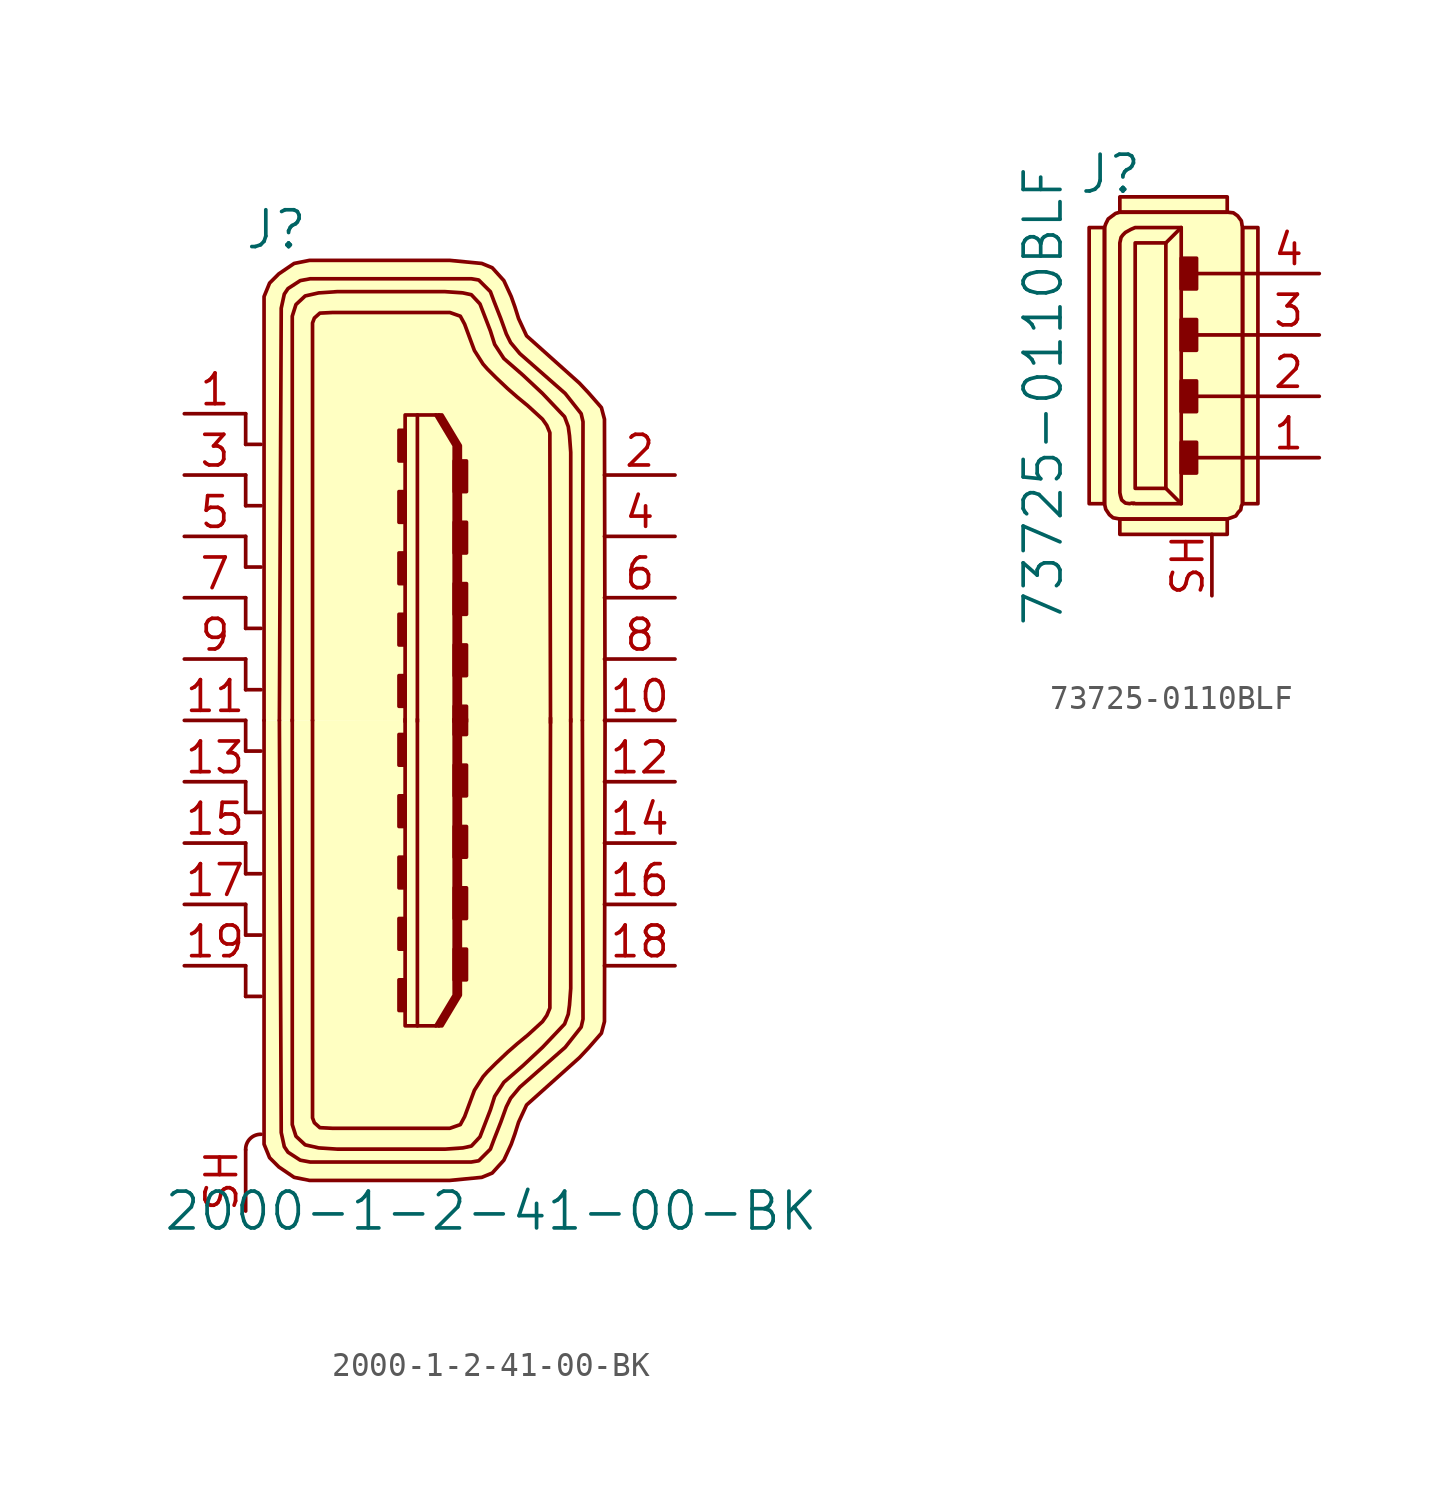
<source format=kicad_sym>
(kicad_symbol_lib
  (version 20220914)
  (generator kicad_symbol_editor)
  (symbol "2000-1-2-41-00-BK"
    (pin_names
      (offset 1.016))
    (property "Reference" "J"
      (at -6.35 20.32 0)
      (effects (font (size 1.524 1.524))))
    (property "Value" "2000-1-2-41-00-BK"
      (at 2.54 -20.32 0)
      (effects (font (size 1.524 1.524))))
    (symbol "2000-1-2-41-00-BK_0_1"
      (arc (start -6.985 -17.145) (mid -7.4425 -17.3292) (end -7.62 -17.78) (stroke (width 0) (type solid)) (fill (type none)))
      (rectangle (start -1.27 -12.014) (end -1.016 -10.744) (stroke (width 0) (type solid)) (fill (type outline)))
      (rectangle (start -1.27 -9.474) (end -1.016 -8.204) (stroke (width 0) (type solid)) (fill (type outline)))
      (rectangle (start -1.27 -6.934) (end -1.016 -5.664) (stroke (width 0) (type solid)) (fill (type outline)))
      (rectangle (start -1.27 -4.394) (end -1.016 -3.124) (stroke (width 0) (type solid)) (fill (type outline)))
      (rectangle (start -1.27 -1.854) (end -1.016 -0.584) (stroke (width 0) (type solid)) (fill (type outline)))
      (rectangle (start -1.27 1.854) (end -1.016 0.584) (stroke (width 0) (type solid)) (fill (type outline)))
      (rectangle (start -1.27 4.394) (end -1.016 3.124) (stroke (width 0) (type solid)) (fill (type outline)))
      (rectangle (start -1.27 6.934) (end -1.016 5.664) (stroke (width 0) (type solid)) (fill (type outline)))
      (rectangle (start -1.27 9.474) (end -1.016 8.204) (stroke (width 0) (type solid)) (fill (type outline)))
      (rectangle (start -1.27 12.014) (end -1.016 10.744) (stroke (width 0) (type solid)) (fill (type outline)))
      (polyline (pts (xy -7.62 -10.16) (xy -7.62 -11.43)) (stroke (width 0) (type solid)) (fill (type none)))
      (polyline (pts (xy -7.62 -7.62) (xy -7.62 -8.89)) (stroke (width 0) (type solid)) (fill (type none)))
      (polyline (pts (xy -7.62 -5.08) (xy -7.62 -6.35)) (stroke (width 0) (type solid)) (fill (type none)))
      (polyline (pts (xy -7.62 -2.54) (xy -7.62 -3.81)) (stroke (width 0) (type solid)) (fill (type none)))
      (polyline (pts (xy -7.62 0) (xy -7.62 -1.27)) (stroke (width 0) (type solid)) (fill (type none)))
      (polyline (pts (xy -7.62 2.54) (xy -7.62 1.27)) (stroke (width 0) (type solid)) (fill (type none)))
      (polyline (pts (xy -7.62 5.08) (xy -7.62 3.81)) (stroke (width 0) (type solid)) (fill (type none)))
      (polyline (pts (xy -7.62 7.62) (xy -7.62 6.35)) (stroke (width 0) (type solid)) (fill (type none)))
      (polyline (pts (xy -7.62 10.16) (xy -7.62 8.89)) (stroke (width 0) (type solid)) (fill (type none)))
      (polyline (pts (xy -7.62 12.7) (xy -7.62 11.43)) (stroke (width 0) (type solid)) (fill (type none)))
      (polyline (pts (xy -6.985 -11.43) (xy -7.62 -11.43)) (stroke (width 0) (type solid)) (fill (type none)))
      (polyline (pts (xy -6.985 -8.89) (xy -7.62 -8.89)) (stroke (width 0) (type solid)) (fill (type none)))
      (polyline (pts (xy -6.985 -6.35) (xy -7.62 -6.35)) (stroke (width 0) (type solid)) (fill (type none)))
      (polyline (pts (xy -6.985 -3.81) (xy -7.62 -3.81)) (stroke (width 0) (type solid)) (fill (type none)))
      (polyline (pts (xy -6.985 -1.27) (xy -7.62 -1.27)) (stroke (width 0) (type solid)) (fill (type none)))
      (polyline (pts (xy -6.985 1.27) (xy -7.62 1.27)) (stroke (width 0) (type solid)) (fill (type none)))
      (polyline (pts (xy -6.985 3.81) (xy -7.62 3.81)) (stroke (width 0) (type solid)) (fill (type none)))
      (polyline (pts (xy -6.985 6.35) (xy -7.62 6.35)) (stroke (width 0) (type solid)) (fill (type none)))
      (polyline (pts (xy -6.985 8.89) (xy -7.62 8.89)) (stroke (width 0) (type solid)) (fill (type none)))
      (polyline (pts (xy -6.985 11.43) (xy -7.62 11.43)) (stroke (width 0) (type solid)) (fill (type none)))
      (polyline (pts (xy -0.508 -0.051) (xy -0.508 12.649)) (stroke (width 0) (type solid)) (fill (type none)))
      (polyline (pts (xy -0.508 0.051) (xy -0.508 -12.649)) (stroke (width 0) (type solid)) (fill (type none)))
      (polyline (pts (xy 0.381 -12.649) (xy 1.143 -11.379)) (stroke (width 0) (type solid)) (fill (type none)))
      (polyline (pts (xy 0.381 12.649) (xy 1.143 11.379)) (stroke (width 0) (type solid)) (fill (type none)))
      (polyline (pts (xy 1.143 -11.379) (xy 1.143 0.051)) (stroke (width 0) (type solid)) (fill (type none)))
      (polyline (pts (xy 1.143 11.379) (xy 1.143 -0.051)) (stroke (width 0) (type solid)) (fill (type none)))
      (polyline (pts (xy 0.254 -12.649) (xy 1.016 -11.379) (xy 1.016 0.051)) (stroke (width 0) (type solid)) (fill (type none)))
      (polyline (pts (xy 0.254 12.649) (xy 1.016 11.379) (xy 1.016 -0.051)) (stroke (width 0) (type solid)) (fill (type none)))
      (polyline (pts (xy -1.016 -0.051) (xy -1.016 12.649) (xy 0.508 12.649) (xy 1.27 11.379) (xy 1.27 -0.051)) (stroke (width 0) (type solid)) (fill (type none)))
      (polyline (pts (xy -1.016 0.051) (xy -1.016 -12.649) (xy 0.508 -12.649) (xy 1.27 -11.379) (xy 1.27 0.051)) (stroke (width 0) (type solid)) (fill (type none)))
      (polyline (pts (xy -6.223 0) (xy -6.147 -17.069) (xy -6.02 -17.653) (xy -5.867 -17.882) (xy -5.359 -18.212) (xy -4.953 -18.288) (xy -3.607 -18.288) (xy 1.727 -18.288) (xy 2.032 -18.237) (xy 2.21 -18.059) (xy 2.515 -17.755) (xy 2.667 -17.348) (xy 2.946 -16.637) (xy 3.175 -16.002) (xy 3.353 -15.646) (xy 3.734 -15.189) (xy 5.613 -13.538) (xy 6.274 -12.7) (xy 6.35 -12.37) (xy 6.325 0)) (stroke (width 0) (type solid)) (fill (type none)))
      (polyline (pts (xy -6.223 0) (xy -6.147 17.069) (xy -6.02 17.653) (xy -5.867 17.882) (xy -5.359 18.212) (xy -4.953 18.288) (xy -3.607 18.288) (xy 1.727 18.288) (xy 2.032 18.237) (xy 2.21 18.059) (xy 2.515 17.755) (xy 2.667 17.348) (xy 2.946 16.637) (xy 3.175 16.002) (xy 3.353 15.646) (xy 3.734 15.189) (xy 5.613 13.538) (xy 6.274 12.7) (xy 6.35 12.37) (xy 6.325 0)) (stroke (width 0) (type solid)) (fill (type none)))
      (polyline (pts (xy 7.264 -0.025) (xy 7.239 12.471) (xy 7.112 12.954) (xy 6.579 13.564) (xy 6.198 13.97) (xy 4.013 15.926) (xy 3.683 16.637) (xy 3.531 17.12) (xy 3.378 17.551) (xy 3.073 18.212) (xy 2.591 18.745) (xy 2.159 18.923) (xy 0.838 19.05) (xy -4.978 19.05) (xy -5.613 18.923) (xy -6.248 18.491) (xy -6.629 18.11) (xy -6.858 17.551) (xy -6.858 16.231) (xy -6.858 0)) (stroke (width 0) (type solid)) (fill (type background)))
      (polyline (pts (xy 7.264 0.025) (xy 7.239 -12.471) (xy 7.112 -12.954) (xy 6.579 -13.564) (xy 6.198 -13.97) (xy 4.013 -15.926) (xy 3.683 -16.637) (xy 3.531 -17.12) (xy 3.378 -17.551) (xy 3.073 -18.212) (xy 2.591 -18.745) (xy 2.159 -18.923) (xy 0.838 -19.05) (xy -4.978 -19.05) (xy -5.613 -18.923) (xy -6.248 -18.491) (xy -6.629 -18.11) (xy -6.858 -17.551) (xy -6.858 -16.231) (xy -6.858 0)) (stroke (width 0) (type solid)) (fill (type background)))
      (polyline (pts (xy -5.69 -0.025) (xy -5.69 16.739) (xy -5.537 17.221) (xy -5.156 17.577) (xy -4.597 17.704) (xy -3.835 17.755) (xy 0.635 17.755) (xy 1.372 17.704) (xy 1.727 17.628) (xy 2.083 17.247) (xy 2.515 16.129) (xy 2.692 15.57) (xy 3.073 14.986) (xy 3.861 14.3) (xy 4.674 13.538) (xy 5.156 13.03) (xy 5.588 12.573) (xy 5.74 12.167) (xy 5.791 11.786) (xy 5.842 11.1) (xy 5.842 -0.051)) (stroke (width 0) (type solid)) (fill (type none)))
      (polyline (pts (xy -5.69 0.025) (xy -5.69 -16.739) (xy -5.537 -17.221) (xy -5.156 -17.577) (xy -4.597 -17.704) (xy -3.835 -17.755) (xy 0.635 -17.755) (xy 1.372 -17.704) (xy 1.727 -17.628) (xy 2.083 -17.247) (xy 2.515 -16.129) (xy 2.692 -15.57) (xy 3.073 -14.986) (xy 3.861 -14.3) (xy 4.674 -13.538) (xy 5.156 -13.03) (xy 5.588 -12.573) (xy 5.74 -12.167) (xy 5.791 -11.786) (xy 5.842 -11.1) (xy 5.842 0.051)) (stroke (width 0) (type solid)) (fill (type none)))
      (polyline (pts (xy -4.851 0) (xy -4.851 -16.459) (xy -4.775 -16.662) (xy -4.547 -16.866) (xy -4.039 -16.891) (xy 0.838 -16.891) (xy 1.27 -16.739) (xy 1.448 -16.408) (xy 1.702 -15.723) (xy 1.854 -15.316) (xy 2.21 -14.757) (xy 2.388 -14.554) (xy 2.591 -14.351) (xy 2.743 -14.199) (xy 3.226 -13.741) (xy 3.632 -13.386) (xy 4.064 -13.03) (xy 4.369 -12.751) (xy 4.674 -12.471) (xy 4.851 -12.217) (xy 4.978 -11.913) (xy 4.978 -11.532) (xy 5.004 0.102)) (stroke (width 0) (type solid)) (fill (type none)))
      (polyline (pts (xy -4.851 0) (xy -4.851 16.459) (xy -4.775 16.662) (xy -4.547 16.866) (xy -4.039 16.891) (xy 0.838 16.891) (xy 1.27 16.739) (xy 1.448 16.408) (xy 1.702 15.723) (xy 1.854 15.316) (xy 2.21 14.757) (xy 2.388 14.554) (xy 2.591 14.351) (xy 2.743 14.199) (xy 3.226 13.741) (xy 3.632 13.386) (xy 4.064 13.03) (xy 4.369 12.751) (xy 4.674 12.471) (xy 4.851 12.217) (xy 4.978 11.913) (xy 4.978 11.532) (xy 5.004 -0.102)) (stroke (width 0) (type solid)) (fill (type none)))
      (rectangle (start 1.016 -10.744) (end 1.524 -9.474) (stroke (width 0) (type solid)) (fill (type outline)))
      (rectangle (start 1.016 -8.204) (end 1.524 -6.934) (stroke (width 0) (type solid)) (fill (type outline)))
      (rectangle (start 1.016 -5.664) (end 1.524 -4.394) (stroke (width 0) (type solid)) (fill (type outline)))
      (rectangle (start 1.016 -3.124) (end 1.524 -1.854) (stroke (width 0) (type solid)) (fill (type outline)))
      (rectangle (start 1.016 -0.584) (end 1.524 0.051) (stroke (width 0) (type solid)) (fill (type outline)))
      (rectangle (start 1.016 0.584) (end 1.524 -0.051) (stroke (width 0) (type solid)) (fill (type outline)))
      (rectangle (start 1.016 3.124) (end 1.524 1.854) (stroke (width 0) (type solid)) (fill (type outline)))
      (rectangle (start 1.016 5.664) (end 1.524 4.394) (stroke (width 0) (type solid)) (fill (type outline)))
      (rectangle (start 1.016 8.204) (end 1.524 6.934) (stroke (width 0) (type solid)) (fill (type outline)))
      (rectangle (start 1.016 10.744) (end 1.524 9.474) (stroke (width 0) (type solid)) (fill (type outline))))
    (symbol "2000-1-2-41-00-BK_1_1"
      (pin passive line (at -10.16 12.7 0) (length 2.54) (name "~" (effects (font (size 1.27 1.27)))) (number "1" (effects (font (size 1.27 1.27)))))
      (pin passive line (at 10.16 0 180) (length 2.921) (name "~" (effects (font (size 1.27 1.27)))) (number "10" (effects (font (size 1.27 1.27)))))
      (pin passive line (at -10.16 0 0) (length 2.54) (name "~" (effects (font (size 1.27 1.27)))) (number "11" (effects (font (size 1.27 1.27)))))
      (pin passive line (at 10.16 -2.54 180) (length 2.921) (name "~" (effects (font (size 1.27 1.27)))) (number "12" (effects (font (size 1.27 1.27)))))
      (pin passive line (at -10.16 -2.54 0) (length 2.54) (name "~" (effects (font (size 1.27 1.27)))) (number "13" (effects (font (size 1.27 1.27)))))
      (pin passive line (at 10.16 -5.08 180) (length 2.921) (name "~" (effects (font (size 1.27 1.27)))) (number "14" (effects (font (size 1.27 1.27)))))
      (pin passive line (at -10.16 -5.08 0) (length 2.54) (name "~" (effects (font (size 1.27 1.27)))) (number "15" (effects (font (size 1.27 1.27)))))
      (pin passive line (at 10.16 -7.62 180) (length 2.921) (name "~" (effects (font (size 1.27 1.27)))) (number "16" (effects (font (size 1.27 1.27)))))
      (pin passive line (at -10.16 -7.62 0) (length 2.54) (name "~" (effects (font (size 1.27 1.27)))) (number "17" (effects (font (size 1.27 1.27)))))
      (pin passive line (at 10.16 -10.16 180) (length 2.921) (name "~" (effects (font (size 1.27 1.27)))) (number "18" (effects (font (size 1.27 1.27)))))
      (pin passive line (at -10.16 -10.16 0) (length 2.54) (name "~" (effects (font (size 1.27 1.27)))) (number "19" (effects (font (size 1.27 1.27)))))
      (pin passive line (at 10.16 10.16 180) (length 2.921) (name "~" (effects (font (size 1.27 1.27)))) (number "2" (effects (font (size 1.27 1.27)))))
      (pin passive line (at -10.16 10.16 0) (length 2.54) (name "~" (effects (font (size 1.27 1.27)))) (number "3" (effects (font (size 1.27 1.27)))))
      (pin passive line (at 10.16 7.62 180) (length 2.921) (name "~" (effects (font (size 1.27 1.27)))) (number "4" (effects (font (size 1.27 1.27)))))
      (pin passive line (at -10.16 7.62 0) (length 2.54) (name "~" (effects (font (size 1.27 1.27)))) (number "5" (effects (font (size 1.27 1.27)))))
      (pin passive line (at 10.16 5.08 180) (length 2.921) (name "~" (effects (font (size 1.27 1.27)))) (number "6" (effects (font (size 1.27 1.27)))))
      (pin passive line (at -10.16 5.08 0) (length 2.54) (name "~" (effects (font (size 1.27 1.27)))) (number "7" (effects (font (size 1.27 1.27)))))
      (pin passive line (at 10.16 2.54 180) (length 2.921) (name "~" (effects (font (size 1.27 1.27)))) (number "8" (effects (font (size 1.27 1.27)))))
      (pin passive line (at -10.16 2.54 0) (length 2.54) (name "~" (effects (font (size 1.27 1.27)))) (number "9" (effects (font (size 1.27 1.27)))))
      (pin passive line (at -7.62 -20.32 90) (length 2.54) (name "~" (effects (font (size 1.27 1.27)))) (number "SH" (effects (font (size 1.27 1.27)))))))
  (symbol "73725-0110BLF"
    (pin_names
      (offset 1.016))
    (property "Reference" "J"
      (at -1.016 9.195 0)
      (effects (font (size 1.524 1.524))))
    (property "Value" "73725-0110BLF"
      (at -3.81 0 90)
      (effects (font (size 1.524 1.524))))
    (symbol "73725-0110BLF_0_1"
      (rectangle (start -1.27 -4.445) (end -1.905 6.985) (stroke (width 0) (type solid)) (fill (type background)))
      (polyline (pts (xy 1.27 -3.81) (xy 1.905 -4.445)) (stroke (width 0) (type solid)) (fill (type none)))
      (polyline (pts (xy 1.27 6.35) (xy 1.905 6.985)) (stroke (width 0) (type solid)) (fill (type none)))
      (polyline (pts (xy 5.08 -2.54) (xy 2.54 -2.54)) (stroke (width 0) (type solid)) (fill (type none)))
      (polyline (pts (xy 5.08 0) (xy 2.54 0)) (stroke (width 0) (type solid)) (fill (type none)))
      (polyline (pts (xy 5.08 2.54) (xy 2.54 2.54)) (stroke (width 0) (type solid)) (fill (type none)))
      (polyline (pts (xy 5.08 5.08) (xy 2.54 5.08)) (stroke (width 0) (type solid)) (fill (type none)))
      (polyline (pts (xy -0.635 6.35) (xy -0.635 -3.81) (xy -0.635 -3.988) (xy -0.61 -4.115) (xy -0.559 -4.293) (xy -0.406 -4.42) (xy -0.229 -4.445) (xy -0.127 -4.42) (xy -0.076 -4.445) (xy -0.051 -4.42) (xy 0 -4.445) (xy 1.905 -4.445) (xy 1.905 6.985) (xy 0 6.985) (xy -0.178 6.909) (xy -0.406 6.782) (xy -0.508 6.68) (xy -0.584 6.579) (xy -0.635 6.35)) (stroke (width 0) (type solid)) (fill (type none)))
      (polyline (pts (xy -0.635 -5.08) (xy 3.81 -5.08) (xy 3.962 -5.029) (xy 4.166 -4.953) (xy 4.267 -4.801) (xy 4.369 -4.699) (xy 4.394 -4.547) (xy 4.445 -4.445) (xy 4.445 6.985) (xy 4.42 7.087) (xy 4.42 7.112) (xy 4.394 7.264) (xy 4.242 7.468) (xy 4.064 7.595) (xy 3.81 7.62) (xy -0.635 7.62) (xy -0.813 7.569) (xy -1.118 7.341) (xy -1.219 7.137) (xy -1.27 6.985) (xy -1.27 -4.445) (xy -1.219 -4.674) (xy -1.067 -4.902) (xy -0.914 -5.029) (xy -0.635 -5.08)) (stroke (width 0) (type solid)) (fill (type background)))
      (rectangle (start 1.27 6.35) (end 0 -3.81) (stroke (width 0) (type solid)) (fill (type none)))
      (rectangle (start 2.54 -1.905) (end 1.905 -3.175) (stroke (width 0) (type solid)) (fill (type outline)))
      (rectangle (start 2.54 0.635) (end 1.905 -0.635) (stroke (width 0) (type solid)) (fill (type outline)))
      (rectangle (start 2.54 3.175) (end 1.905 1.905) (stroke (width 0) (type solid)) (fill (type outline)))
      (rectangle (start 2.54 4.445) (end 1.905 5.715) (stroke (width 0) (type solid)) (fill (type outline)))
      (rectangle (start 3.81 -5.08) (end -0.635 -5.715) (stroke (width 0) (type solid)) (fill (type background)))
      (rectangle (start 3.81 7.62) (end -0.635 8.255) (stroke (width 0) (type solid)) (fill (type background)))
      (rectangle (start 4.445 6.985) (end 5.08 -4.445) (stroke (width 0) (type solid)) (fill (type background))))
    (symbol "73725-0110BLF_1_1"
      (pin passive line (at 7.62 -2.54 180) (length 2.54) (name "~" (effects (font (size 1.27 1.27)))) (number "1" (effects (font (size 1.27 1.27)))))
      (pin passive line (at 7.62 0 180) (length 2.54) (name "~" (effects (font (size 1.27 1.27)))) (number "2" (effects (font (size 1.27 1.27)))))
      (pin passive line (at 7.62 2.54 180) (length 2.54) (name "~" (effects (font (size 1.27 1.27)))) (number "3" (effects (font (size 1.27 1.27)))))
      (pin passive line (at 7.62 5.08 180) (length 2.54) (name "~" (effects (font (size 1.27 1.27)))) (number "4" (effects (font (size 1.27 1.27)))))
      (pin passive line (at 3.175 -8.255 90) (length 2.54) (name "~" (effects (font (size 1.27 1.27)))) (number "SH" (effects (font (size 1.27 1.27))))))))
</source>
